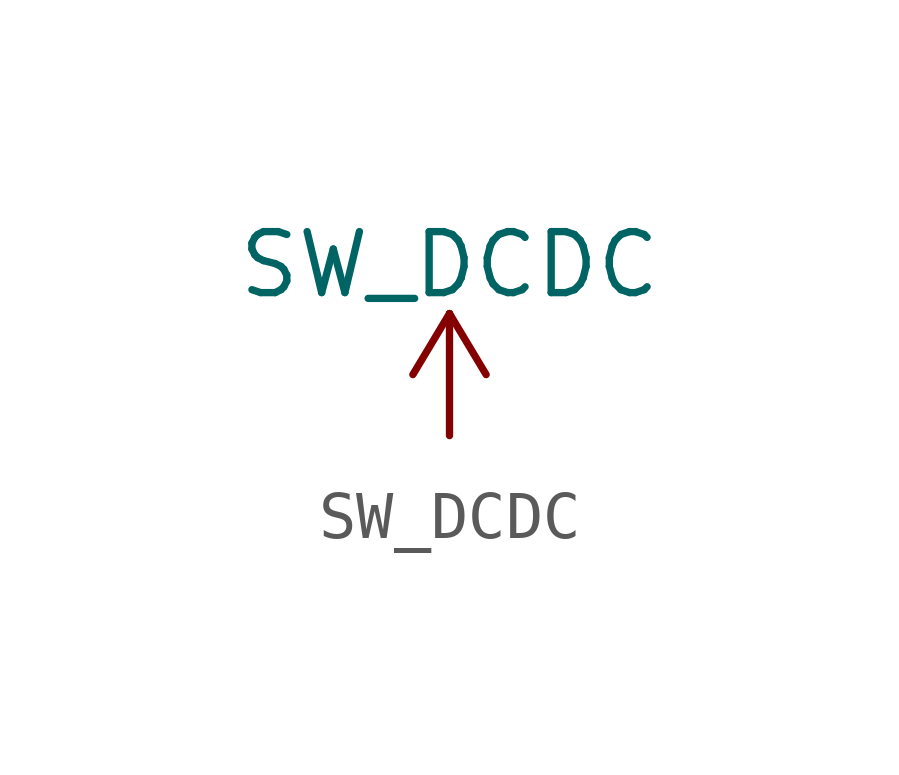
<source format=kicad_sym>
(kicad_symbol_lib
  (version 20211014)
  (generator kicad_symbol_editor)
  (symbol "SW_DCDC"
    (power)
    (pin_names
      (offset 0))
    (property "Reference" "#PWR"
      (at 0 -3.81 0)
      (effects (font (size 1.27 1.27)) hide))
    (property "Value" "SW_DCDC"
      (at 0 3.556 0)
      (effects (font (size 1.27 1.27))))
    (symbol "SW_DCDC_0_1"
      (polyline (pts (xy -0.762 1.27) (xy 0 2.54)) (stroke (width 0) (type default) (color 0 0 0 0)) (fill (type none)))
      (polyline (pts (xy 0 0) (xy 0 2.54)) (stroke (width 0) (type default) (color 0 0 0 0)) (fill (type none)))
      (polyline (pts (xy 0 2.54) (xy 0.762 1.27)) (stroke (width 0) (type default) (color 0 0 0 0)) (fill (type none))))
    (symbol "SW_DCDC_1_1"
      (pin power_in line (at 0 0 90) (length 0) hide (name "SW_DCDC" (effects (font (size 1.27 1.27)))) (number "1" (effects (font (size 1.27 1.27))))))))
</source>
